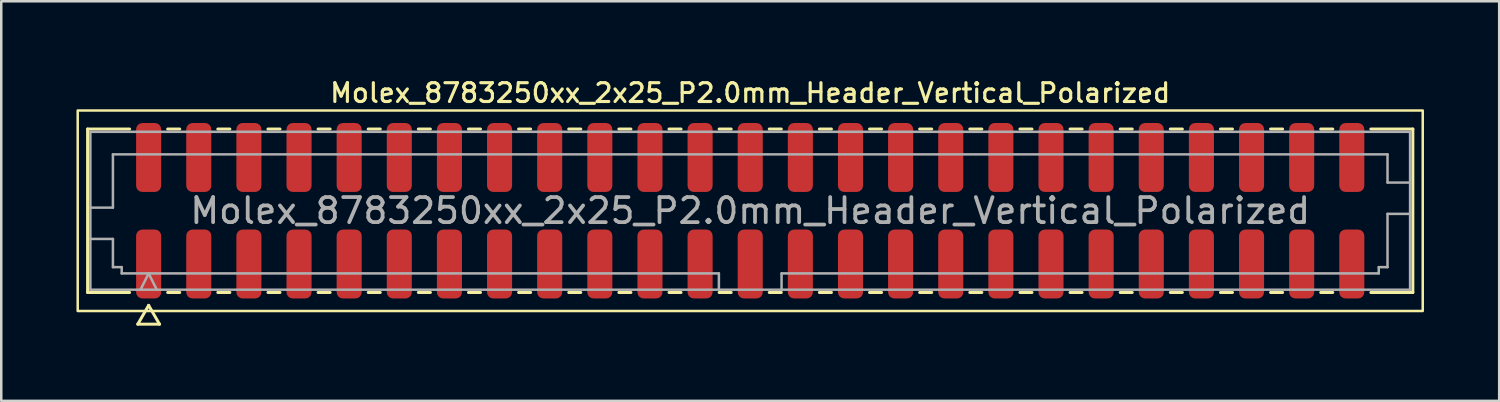
<source format=kicad_pcb>
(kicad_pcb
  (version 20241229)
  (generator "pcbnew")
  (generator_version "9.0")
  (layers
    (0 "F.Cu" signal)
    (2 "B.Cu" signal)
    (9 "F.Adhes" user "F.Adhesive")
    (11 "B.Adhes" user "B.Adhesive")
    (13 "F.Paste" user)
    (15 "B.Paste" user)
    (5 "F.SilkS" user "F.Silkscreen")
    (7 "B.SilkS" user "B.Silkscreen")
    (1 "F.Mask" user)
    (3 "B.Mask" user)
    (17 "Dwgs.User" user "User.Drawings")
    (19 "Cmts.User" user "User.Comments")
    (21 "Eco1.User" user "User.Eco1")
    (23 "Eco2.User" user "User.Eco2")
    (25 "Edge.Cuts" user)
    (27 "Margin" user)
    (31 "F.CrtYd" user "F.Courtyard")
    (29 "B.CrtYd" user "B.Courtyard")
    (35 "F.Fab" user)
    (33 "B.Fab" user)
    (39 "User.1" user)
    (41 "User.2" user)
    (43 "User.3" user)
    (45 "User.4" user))
  (footprint "Molex_8783250xx_2x25_P2.0mm_Header_Vertical_Polarized"
    (layer "F.Cu")
    (at 26.88 5.358)
    (property "Reference" "Molex_8783250xx_2x25_P2.0mm_Header_Vertical_Polarized" (at 0 -4.7 0) (layer "F.SilkS") (effects (font (size 0.75 0.75) (thickness 0.125))))
    (attr smd)
    (fp_line (start -26.435 -3.26) (end -24.76 -3.26) (stroke (width 0.12) (type solid)) (layer "F.SilkS"))
    (fp_line (start -26.435 3.26) (end -26.435 -3.26) (stroke (width 0.12) (type solid)) (layer "F.SilkS"))
    (fp_line (start -24.76 3.26) (end -26.435 3.26) (stroke (width 0.12) (type solid)) (layer "F.SilkS"))
    (fp_line (start -24.433 4.525) (end -24 3.775) (stroke (width 0.12) (type solid)) (layer "F.SilkS"))
    (fp_line (start -24 3.775) (end -23.567 4.525) (stroke (width 0.12) (type solid)) (layer "F.SilkS"))
    (fp_line (start -23.567 4.525) (end -24.433 4.525) (stroke (width 0.12) (type solid)) (layer "F.SilkS"))
    (fp_line (start -23.24 -3.26) (end -22.76 -3.26) (stroke (width 0.12) (type solid)) (layer "F.SilkS"))
    (fp_line (start -22.76 3.26) (end -23.24 3.26) (stroke (width 0.12) (type solid)) (layer "F.SilkS"))
    (fp_line (start -21.24 -3.26) (end -20.76 -3.26) (stroke (width 0.12) (type solid)) (layer "F.SilkS"))
    (fp_line (start -20.76 3.26) (end -21.24 3.26) (stroke (width 0.12) (type solid)) (layer "F.SilkS"))
    (fp_line (start -19.24 -3.26) (end -18.76 -3.26) (stroke (width 0.12) (type solid)) (layer "F.SilkS"))
    (fp_line (start -18.76 3.26) (end -19.24 3.26) (stroke (width 0.12) (type solid)) (layer "F.SilkS"))
    (fp_line (start -17.24 -3.26) (end -16.76 -3.26) (stroke (width 0.12) (type solid)) (layer "F.SilkS"))
    (fp_line (start -16.76 3.26) (end -17.24 3.26) (stroke (width 0.12) (type solid)) (layer "F.SilkS"))
    (fp_line (start -15.24 -3.26) (end -14.76 -3.26) (stroke (width 0.12) (type solid)) (layer "F.SilkS"))
    (fp_line (start -14.76 3.26) (end -15.24 3.26) (stroke (width 0.12) (type solid)) (layer "F.SilkS"))
    (fp_line (start -13.24 -3.26) (end -12.76 -3.26) (stroke (width 0.12) (type solid)) (layer "F.SilkS"))
    (fp_line (start -12.76 3.26) (end -13.24 3.26) (stroke (width 0.12) (type solid)) (layer "F.SilkS"))
    (fp_line (start -11.24 -3.26) (end -10.76 -3.26) (stroke (width 0.12) (type solid)) (layer "F.SilkS"))
    (fp_line (start -10.76 3.26) (end -11.24 3.26) (stroke (width 0.12) (type solid)) (layer "F.SilkS"))
    (fp_line (start -9.24 -3.26) (end -8.76 -3.26) (stroke (width 0.12) (type solid)) (layer "F.SilkS"))
    (fp_line (start -8.76 3.26) (end -9.24 3.26) (stroke (width 0.12) (type solid)) (layer "F.SilkS"))
    (fp_line (start -7.24 -3.26) (end -6.76 -3.26) (stroke (width 0.12) (type solid)) (layer "F.SilkS"))
    (fp_line (start -6.76 3.26) (end -7.24 3.26) (stroke (width 0.12) (type solid)) (layer "F.SilkS"))
    (fp_line (start -5.24 -3.26) (end -4.76 -3.26) (stroke (width 0.12) (type solid)) (layer "F.SilkS"))
    (fp_line (start -4.76 3.26) (end -5.24 3.26) (stroke (width 0.12) (type solid)) (layer "F.SilkS"))
    (fp_line (start -3.24 -3.26) (end -2.76 -3.26) (stroke (width 0.12) (type solid)) (layer "F.SilkS"))
    (fp_line (start -2.76 3.26) (end -3.24 3.26) (stroke (width 0.12) (type solid)) (layer "F.SilkS"))
    (fp_line (start -1.24 -3.26) (end -0.76 -3.26) (stroke (width 0.12) (type solid)) (layer "F.SilkS"))
    (fp_line (start -0.76 3.26) (end -1.24 3.26) (stroke (width 0.12) (type solid)) (layer "F.SilkS"))
    (fp_line (start 0.76 -3.26) (end 1.24 -3.26) (stroke (width 0.12) (type solid)) (layer "F.SilkS"))
    (fp_line (start 1.24 3.26) (end 0.76 3.26) (stroke (width 0.12) (type solid)) (layer "F.SilkS"))
    (fp_line (start 2.76 -3.26) (end 3.24 -3.26) (stroke (width 0.12) (type solid)) (layer "F.SilkS"))
    (fp_line (start 3.24 3.26) (end 2.76 3.26) (stroke (width 0.12) (type solid)) (layer "F.SilkS"))
    (fp_line (start 4.76 -3.26) (end 5.24 -3.26) (stroke (width 0.12) (type solid)) (layer "F.SilkS"))
    (fp_line (start 5.24 3.26) (end 4.76 3.26) (stroke (width 0.12) (type solid)) (layer "F.SilkS"))
    (fp_line (start 6.76 -3.26) (end 7.24 -3.26) (stroke (width 0.12) (type solid)) (layer "F.SilkS"))
    (fp_line (start 7.24 3.26) (end 6.76 3.26) (stroke (width 0.12) (type solid)) (layer "F.SilkS"))
    (fp_line (start 8.76 -3.26) (end 9.24 -3.26) (stroke (width 0.12) (type solid)) (layer "F.SilkS"))
    (fp_line (start 9.24 3.26) (end 8.76 3.26) (stroke (width 0.12) (type solid)) (layer "F.SilkS"))
    (fp_line (start 10.76 -3.26) (end 11.24 -3.26) (stroke (width 0.12) (type solid)) (layer "F.SilkS"))
    (fp_line (start 11.24 3.26) (end 10.76 3.26) (stroke (width 0.12) (type solid)) (layer "F.SilkS"))
    (fp_line (start 12.76 -3.26) (end 13.24 -3.26) (stroke (width 0.12) (type solid)) (layer "F.SilkS"))
    (fp_line (start 13.24 3.26) (end 12.76 3.26) (stroke (width 0.12) (type solid)) (layer "F.SilkS"))
    (fp_line (start 14.76 -3.26) (end 15.24 -3.26) (stroke (width 0.12) (type solid)) (layer "F.SilkS"))
    (fp_line (start 15.24 3.26) (end 14.76 3.26) (stroke (width 0.12) (type solid)) (layer "F.SilkS"))
    (fp_line (start 16.76 -3.26) (end 17.24 -3.26) (stroke (width 0.12) (type solid)) (layer "F.SilkS"))
    (fp_line (start 17.24 3.26) (end 16.76 3.26) (stroke (width 0.12) (type solid)) (layer "F.SilkS"))
    (fp_line (start 18.76 -3.26) (end 19.24 -3.26) (stroke (width 0.12) (type solid)) (layer "F.SilkS"))
    (fp_line (start 19.24 3.26) (end 18.76 3.26) (stroke (width 0.12) (type solid)) (layer "F.SilkS"))
    (fp_line (start 20.76 -3.26) (end 21.24 -3.26) (stroke (width 0.12) (type solid)) (layer "F.SilkS"))
    (fp_line (start 21.24 3.26) (end 20.76 3.26) (stroke (width 0.12) (type solid)) (layer "F.SilkS"))
    (fp_line (start 22.76 -3.26) (end 23.24 -3.26) (stroke (width 0.12) (type solid)) (layer "F.SilkS"))
    (fp_line (start 23.24 3.26) (end 22.76 3.26) (stroke (width 0.12) (type solid)) (layer "F.SilkS"))
    (fp_line (start 24.76 -3.26) (end 26.435 -3.26) (stroke (width 0.12) (type solid)) (layer "F.SilkS"))
    (fp_line (start 26.435 -3.26) (end 26.435 3.26) (stroke (width 0.12) (type solid)) (layer "F.SilkS"))
    (fp_line (start 26.435 3.26) (end 24.76 3.26) (stroke (width 0.12) (type solid)) (layer "F.SilkS"))
    (fp_rect (start -26.83 -4) (end 26.83 4) (stroke (width 0.1) (type solid)) (fill no) (layer "F.SilkS"))
    (fp_line (start -26.325 -3.15) (end 26.325 -3.15) (stroke (width 0.1) (type solid)) (layer "F.Fab"))
    (fp_line (start -26.325 -0.125) (end -25.425 -0.125) (stroke (width 0.1) (type solid)) (layer "F.Fab"))
    (fp_line (start -26.325 1.125) (end -25.425 1.125) (stroke (width 0.1) (type solid)) (layer "F.Fab"))
    (fp_line (start -26.325 3.15) (end -26.325 -3.15) (stroke (width 0.1) (type solid)) (layer "F.Fab"))
    (fp_line (start -25.425 -2.25) (end 25.425 -2.25) (stroke (width 0.1) (type solid)) (layer "F.Fab"))
    (fp_line (start -25.425 -0.125) (end -25.425 -2.25) (stroke (width 0.1) (type solid)) (layer "F.Fab"))
    (fp_line (start -25.425 1.125) (end -25.425 2.25) (stroke (width 0.1) (type solid)) (layer "F.Fab"))
    (fp_line (start -25.425 2.25) (end -25.075 2.25) (stroke (width 0.1) (type solid)) (layer "F.Fab"))
    (fp_line (start -25.075 2.25) (end -25.075 2.5) (stroke (width 0.1) (type solid)) (layer "F.Fab"))
    (fp_line (start -25.075 2.5) (end -1.25 2.5) (stroke (width 0.1) (type solid)) (layer "F.Fab"))
    (fp_line (start -24.325 3.15) (end -24 2.5) (stroke (width 0.1) (type solid)) (layer "F.Fab"))
    (fp_line (start -24 2.5) (end -23.675 3.15) (stroke (width 0.1) (type solid)) (layer "F.Fab"))
    (fp_line (start -1.25 2.5) (end -1.25 3.15) (stroke (width 0.1) (type solid)) (layer "F.Fab"))
    (fp_line (start 1.25 2.5) (end 1.25 3.15) (stroke (width 0.1) (type solid)) (layer "F.Fab"))
    (fp_line (start 1.25 2.5) (end 25.075 2.5) (stroke (width 0.1) (type solid)) (layer "F.Fab"))
    (fp_line (start 25.075 2.25) (end 25.425 2.25) (stroke (width 0.1) (type solid)) (layer "F.Fab"))
    (fp_line (start 25.075 2.5) (end 25.075 2.25) (stroke (width 0.1) (type solid)) (layer "F.Fab"))
    (fp_line (start 25.425 -2.25) (end 25.425 -1.125) (stroke (width 0.1) (type solid)) (layer "F.Fab"))
    (fp_line (start 25.425 -1.125) (end 26.325 -1.125) (stroke (width 0.1) (type solid)) (layer "F.Fab"))
    (fp_line (start 25.425 0.125) (end 26.325 0.125) (stroke (width 0.1) (type solid)) (layer "F.Fab"))
    (fp_line (start 25.425 2.25) (end 25.425 0.125) (stroke (width 0.1) (type solid)) (layer "F.Fab"))
    (fp_line (start 26.325 -3.15) (end 26.325 3.15) (stroke (width 0.1) (type solid)) (layer "F.Fab"))
    (fp_line (start 26.325 3.15) (end -26.325 3.15) (stroke (width 0.1) (type solid)) (layer "F.Fab"))
    (fp_text user "${REFERENCE}" (at 0 0 0) (layer "F.Fab") (effects (font (size 1 1) (thickness 0.15))))
    (pad "1" smd roundrect (at -24 2.125) (size 1 2.75) (layers "F.Cu" "F.Mask" "F.Paste") (roundrect_rratio 0.25))
    (pad "2" smd roundrect (at -24 -2.125) (size 1 2.75) (layers "F.Cu" "F.Mask" "F.Paste") (roundrect_rratio 0.25))
    (pad "3" smd roundrect (at -22 2.125) (size 1 2.75) (layers "F.Cu" "F.Mask" "F.Paste") (roundrect_rratio 0.25))
    (pad "4" smd roundrect (at -22 -2.125) (size 1 2.75) (layers "F.Cu" "F.Mask" "F.Paste") (roundrect_rratio 0.25))
    (pad "5" smd roundrect (at -20 2.125) (size 1 2.75) (layers "F.Cu" "F.Mask" "F.Paste") (roundrect_rratio 0.25))
    (pad "6" smd roundrect (at -20 -2.125) (size 1 2.75) (layers "F.Cu" "F.Mask" "F.Paste") (roundrect_rratio 0.25))
    (pad "7" smd roundrect (at -18 2.125) (size 1 2.75) (layers "F.Cu" "F.Mask" "F.Paste") (roundrect_rratio 0.25))
    (pad "8" smd roundrect (at -18 -2.125) (size 1 2.75) (layers "F.Cu" "F.Mask" "F.Paste") (roundrect_rratio 0.25))
    (pad "9" smd roundrect (at -16 2.125) (size 1 2.75) (layers "F.Cu" "F.Mask" "F.Paste") (roundrect_rratio 0.25))
    (pad "10" smd roundrect (at -16 -2.125) (size 1 2.75) (layers "F.Cu" "F.Mask" "F.Paste") (roundrect_rratio 0.25))
    (pad "11" smd roundrect (at -14 2.125) (size 1 2.75) (layers "F.Cu" "F.Mask" "F.Paste") (roundrect_rratio 0.25))
    (pad "12" smd roundrect (at -14 -2.125) (size 1 2.75) (layers "F.Cu" "F.Mask" "F.Paste") (roundrect_rratio 0.25))
    (pad "13" smd roundrect (at -12 2.125) (size 1 2.75) (layers "F.Cu" "F.Mask" "F.Paste") (roundrect_rratio 0.25))
    (pad "14" smd roundrect (at -12 -2.125) (size 1 2.75) (layers "F.Cu" "F.Mask" "F.Paste") (roundrect_rratio 0.25))
    (pad "15" smd roundrect (at -10 2.125) (size 1 2.75) (layers "F.Cu" "F.Mask" "F.Paste") (roundrect_rratio 0.25))
    (pad "16" smd roundrect (at -10 -2.125) (size 1 2.75) (layers "F.Cu" "F.Mask" "F.Paste") (roundrect_rratio 0.25))
    (pad "17" smd roundrect (at -8 2.125) (size 1 2.75) (layers "F.Cu" "F.Mask" "F.Paste") (roundrect_rratio 0.25))
    (pad "18" smd roundrect (at -8 -2.125) (size 1 2.75) (layers "F.Cu" "F.Mask" "F.Paste") (roundrect_rratio 0.25))
    (pad "19" smd roundrect (at -6 2.125) (size 1 2.75) (layers "F.Cu" "F.Mask" "F.Paste") (roundrect_rratio 0.25))
    (pad "20" smd roundrect (at -6 -2.125) (size 1 2.75) (layers "F.Cu" "F.Mask" "F.Paste") (roundrect_rratio 0.25))
    (pad "21" smd roundrect (at -4 2.125) (size 1 2.75) (layers "F.Cu" "F.Mask" "F.Paste") (roundrect_rratio 0.25))
    (pad "22" smd roundrect (at -4 -2.125) (size 1 2.75) (layers "F.Cu" "F.Mask" "F.Paste") (roundrect_rratio 0.25))
    (pad "23" smd roundrect (at -2 2.125) (size 1 2.75) (layers "F.Cu" "F.Mask" "F.Paste") (roundrect_rratio 0.25))
    (pad "24" smd roundrect (at -2 -2.125) (size 1 2.75) (layers "F.Cu" "F.Mask" "F.Paste") (roundrect_rratio 0.25))
    (pad "25" smd roundrect (at 0 2.125) (size 1 2.75) (layers "F.Cu" "F.Mask" "F.Paste") (roundrect_rratio 0.25))
    (pad "26" smd roundrect (at 0 -2.125) (size 1 2.75) (layers "F.Cu" "F.Mask" "F.Paste") (roundrect_rratio 0.25))
    (pad "27" smd roundrect (at 2 2.125) (size 1 2.75) (layers "F.Cu" "F.Mask" "F.Paste") (roundrect_rratio 0.25))
    (pad "28" smd roundrect (at 2 -2.125) (size 1 2.75) (layers "F.Cu" "F.Mask" "F.Paste") (roundrect_rratio 0.25))
    (pad "29" smd roundrect (at 4 2.125) (size 1 2.75) (layers "F.Cu" "F.Mask" "F.Paste") (roundrect_rratio 0.25))
    (pad "30" smd roundrect (at 4 -2.125) (size 1 2.75) (layers "F.Cu" "F.Mask" "F.Paste") (roundrect_rratio 0.25))
    (pad "31" smd roundrect (at 6 2.125) (size 1 2.75) (layers "F.Cu" "F.Mask" "F.Paste") (roundrect_rratio 0.25))
    (pad "32" smd roundrect (at 6 -2.125) (size 1 2.75) (layers "F.Cu" "F.Mask" "F.Paste") (roundrect_rratio 0.25))
    (pad "33" smd roundrect (at 8 2.125) (size 1 2.75) (layers "F.Cu" "F.Mask" "F.Paste") (roundrect_rratio 0.25))
    (pad "34" smd roundrect (at 8 -2.125) (size 1 2.75) (layers "F.Cu" "F.Mask" "F.Paste") (roundrect_rratio 0.25))
    (pad "35" smd roundrect (at 10 2.125) (size 1 2.75) (layers "F.Cu" "F.Mask" "F.Paste") (roundrect_rratio 0.25))
    (pad "36" smd roundrect (at 10 -2.125) (size 1 2.75) (layers "F.Cu" "F.Mask" "F.Paste") (roundrect_rratio 0.25))
    (pad "37" smd roundrect (at 12 2.125) (size 1 2.75) (layers "F.Cu" "F.Mask" "F.Paste") (roundrect_rratio 0.25))
    (pad "38" smd roundrect (at 12 -2.125) (size 1 2.75) (layers "F.Cu" "F.Mask" "F.Paste") (roundrect_rratio 0.25))
    (pad "39" smd roundrect (at 14 2.125) (size 1 2.75) (layers "F.Cu" "F.Mask" "F.Paste") (roundrect_rratio 0.25))
    (pad "40" smd roundrect (at 14 -2.125) (size 1 2.75) (layers "F.Cu" "F.Mask" "F.Paste") (roundrect_rratio 0.25))
    (pad "41" smd roundrect (at 16 2.125) (size 1 2.75) (layers "F.Cu" "F.Mask" "F.Paste") (roundrect_rratio 0.25))
    (pad "42" smd roundrect (at 16 -2.125) (size 1 2.75) (layers "F.Cu" "F.Mask" "F.Paste") (roundrect_rratio 0.25))
    (pad "43" smd roundrect (at 18 2.125) (size 1 2.75) (layers "F.Cu" "F.Mask" "F.Paste") (roundrect_rratio 0.25))
    (pad "44" smd roundrect (at 18 -2.125) (size 1 2.75) (layers "F.Cu" "F.Mask" "F.Paste") (roundrect_rratio 0.25))
    (pad "45" smd roundrect (at 20 2.125) (size 1 2.75) (layers "F.Cu" "F.Mask" "F.Paste") (roundrect_rratio 0.25))
    (pad "46" smd roundrect (at 20 -2.125) (size 1 2.75) (layers "F.Cu" "F.Mask" "F.Paste") (roundrect_rratio 0.25))
    (pad "47" smd roundrect (at 22 2.125) (size 1 2.75) (layers "F.Cu" "F.Mask" "F.Paste") (roundrect_rratio 0.25))
    (pad "48" smd roundrect (at 22 -2.125) (size 1 2.75) (layers "F.Cu" "F.Mask" "F.Paste") (roundrect_rratio 0.25))
    (pad "49" smd roundrect (at 24 2.125) (size 1 2.75) (layers "F.Cu" "F.Mask" "F.Paste") (roundrect_rratio 0.25))
    (pad "50" smd roundrect (at 24 -2.125) (size 1 2.75) (layers "F.Cu" "F.Mask" "F.Paste") (roundrect_rratio 0.25)))
  (gr_rect
    (start -3 -3)
    (end 56.76 12.943)
    (stroke (width 0.1) (type default))
    (fill no)
    (layer "Edge.Cuts")))
</source>
